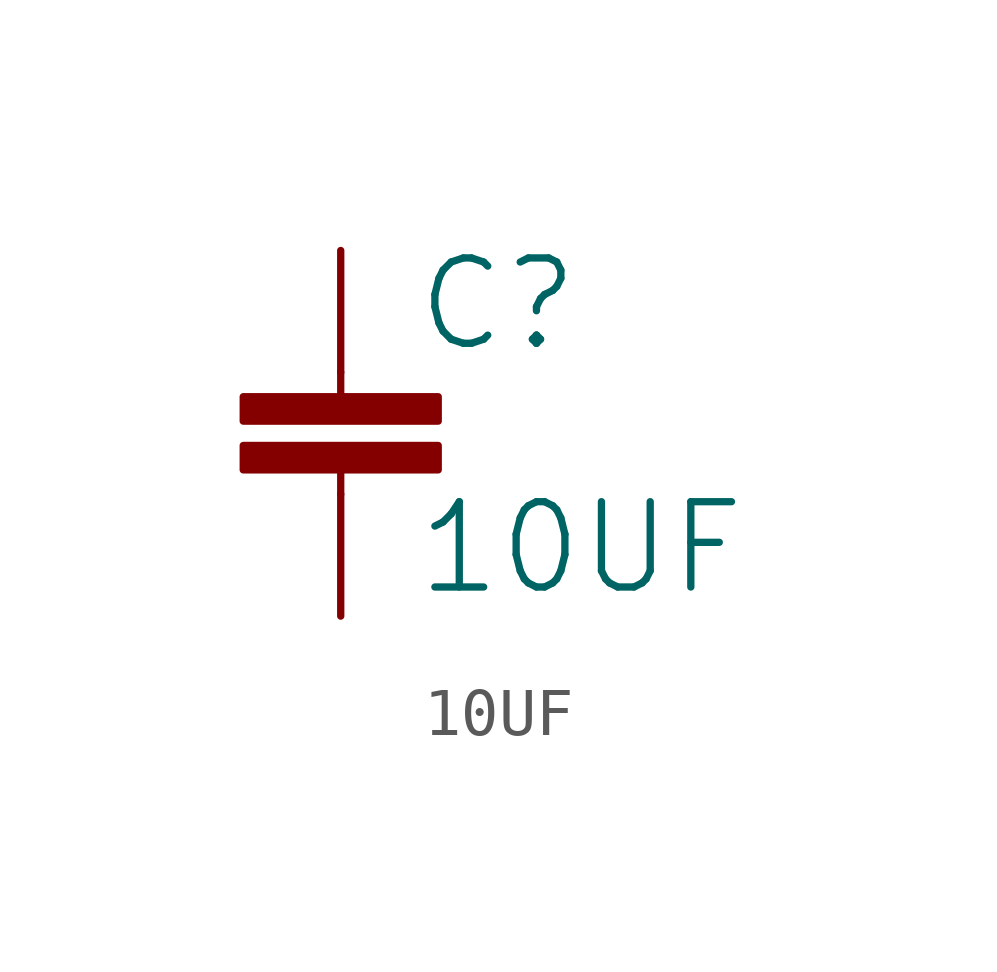
<source format=kicad_sym>
(kicad_symbol_lib
  (version 20211014)
  (generator kicad_symbol_editor)
  (symbol "10UF"
    (property "Reference" "C"
      (at 1.524 2.921 0)
      (effects (font (size 1.778 1.778)) (justify left bottom)))
    (property "Value" "10UF"
      (at 1.524 -2.159 0)
      (effects (font (size 1.778 1.778)) (justify left bottom)))
    (property "ki_locked" ""
      (at 0 0 0)
      (effects (font (size 1.27 1.27))))
    (symbol "10UF_1_0"
      (rectangle (start -2.032 0.508) (end 2.032 1.016) (stroke (width 0) (type default) (color 0 0 0 0)) (fill (type outline)))
      (rectangle (start -2.032 1.524) (end 2.032 2.032) (stroke (width 0) (type default) (color 0 0 0 0)) (fill (type outline)))
      (polyline (pts (xy 0 0) (xy 0 0.508)) (stroke (width 0.152) (type default) (color 0 0 0 0)) (fill (type none)))
      (polyline (pts (xy 0 2.54) (xy 0 2.032)) (stroke (width 0.152) (type default) (color 0 0 0 0)) (fill (type none)))
      (pin passive line (at 0 5.08 270) (length 2.54) (name "1" (effects (font (size 0 0)))) (number "P$1" (effects (font (size 0 0)))))
      (pin passive line (at 0 -2.54 90) (length 2.54) (name "2" (effects (font (size 0 0)))) (number "P$2" (effects (font (size 0 0))))))))
</source>
